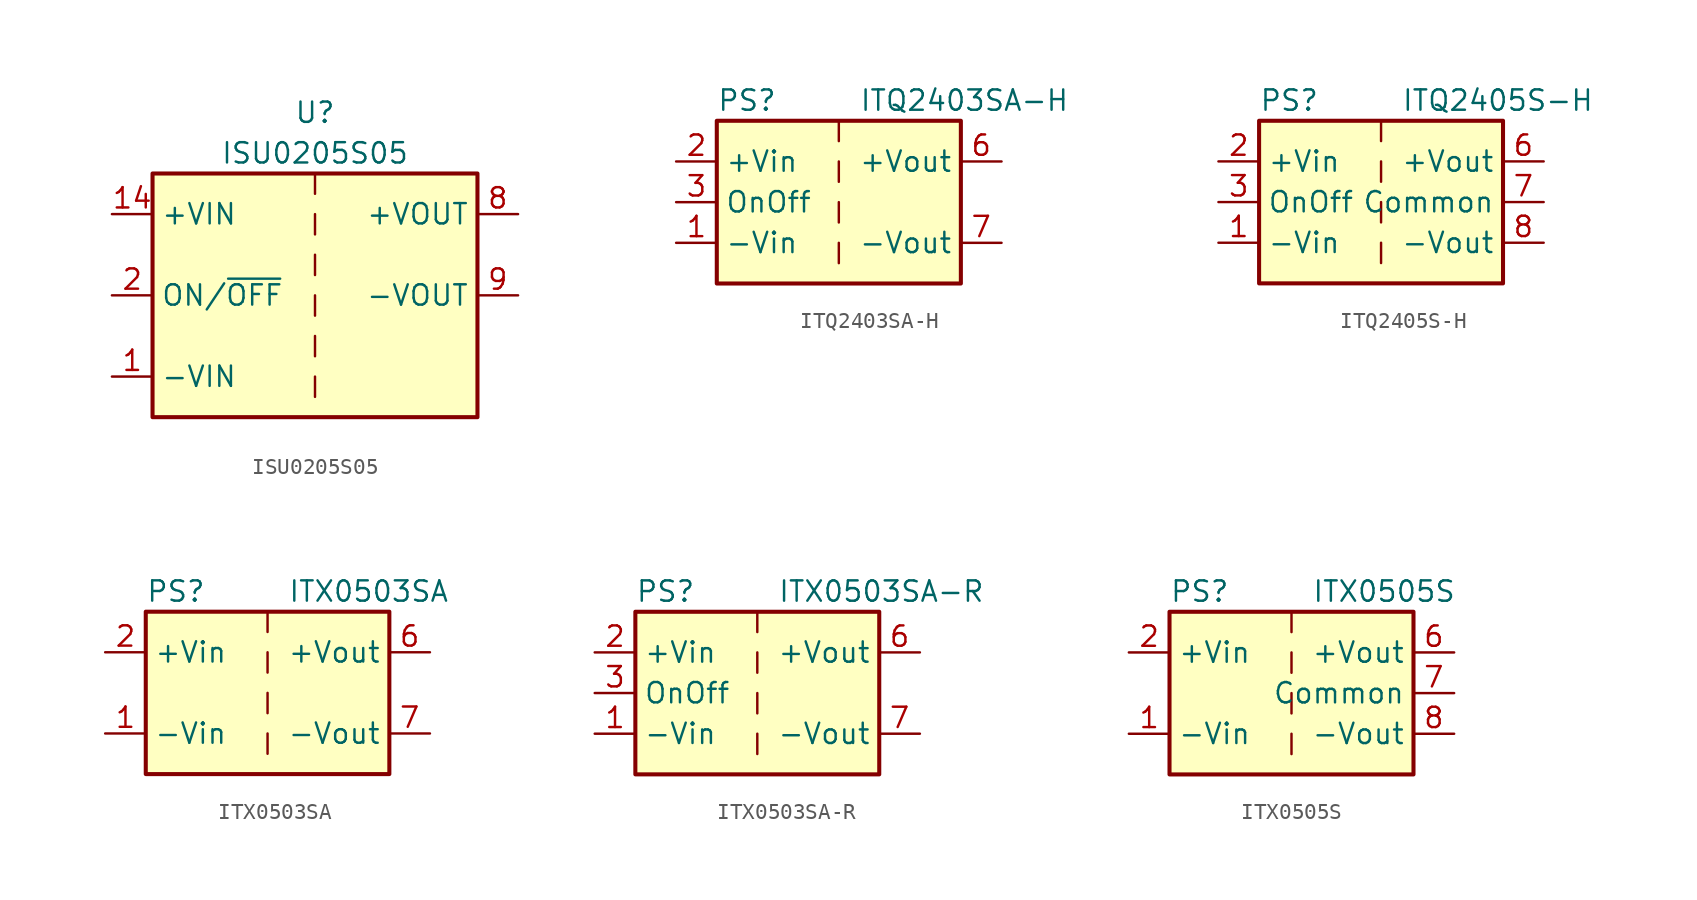
<source format=kicad_sym>
(kicad_symbol_lib
  (version 20201005)
  (generator kicad_symbol_editor)
  (symbol "Converter_DCDC:ISU0205S05"
    (property "Reference" "U"
      (at 0 11.43 0)
      (effects (font (size 1.27 1.27))))
    (property "Value" "ISU0205S05"
      (at 0 8.89 0)
      (effects (font (size 1.27 1.27))))
    (symbol "ISU0205S05_0_1"
      (rectangle (start -10.16 7.62) (end 10.16 -7.62) (stroke (width 0.254)) (fill (type background)))
      (polyline (pts (xy 0 -5.08) (xy 0 -6.35)) (stroke (width 0)) (fill (type none)))
      (polyline (pts (xy 0 -2.54) (xy 0 -3.81)) (stroke (width 0)) (fill (type none)))
      (polyline (pts (xy 0 0) (xy 0 -1.27)) (stroke (width 0)) (fill (type none)))
      (polyline (pts (xy 0 2.54) (xy 0 1.27)) (stroke (width 0)) (fill (type none)))
      (polyline (pts (xy 0 5.08) (xy 0 3.81)) (stroke (width 0)) (fill (type none)))
      (polyline (pts (xy 0 7.62) (xy 0 6.35)) (stroke (width 0)) (fill (type none))))
    (symbol "ISU0205S05_1_1"
      (pin power_in line (at -12.7 -5.08 0) (length 2.54) (name "-VIN" (effects (font (size 1.27 1.27)))) (number "1" (effects (font (size 1.27 1.27)))))
      (pin power_in line (at -12.7 5.08 0) (length 2.54) (name "+VIN" (effects (font (size 1.27 1.27)))) (number "14" (effects (font (size 1.27 1.27)))))
      (pin input line (at -12.7 0 0) (length 2.54) (name "ON/~OFF" (effects (font (size 1.27 1.27)))) (number "2" (effects (font (size 1.27 1.27)))))
      (pin no_connect line (at 10.16 -2.54 180) (length 2.54) hide (name "NC" (effects (font (size 1.27 1.27)))) (number "6" (effects (font (size 1.27 1.27)))))
      (pin no_connect line (at 10.16 -5.08 180) (length 2.54) hide (name "NC" (effects (font (size 1.27 1.27)))) (number "7" (effects (font (size 1.27 1.27)))))
      (pin power_out line (at 12.7 5.08 180) (length 2.54) (name "+VOUT" (effects (font (size 1.27 1.27)))) (number "8" (effects (font (size 1.27 1.27)))))
      (pin power_out line (at 12.7 0 180) (length 2.54) (name "-VOUT" (effects (font (size 1.27 1.27)))) (number "9" (effects (font (size 1.27 1.27)))))))
  (symbol "Converter_DCDC:ITQ2403SA-H"
    (property "Reference" "PS"
      (at -7.62 6.35 0)
      (effects (font (size 1.27 1.27)) (justify left)))
    (property "Value" "ITQ2403SA-H"
      (at 1.27 6.35 0)
      (effects (font (size 1.27 1.27)) (justify left)))
    (symbol "ITQ2403SA-H_0_0"
      (pin power_in line (at -10.16 -2.54 0) (length 2.54) (name "-Vin" (effects (font (size 1.27 1.27)))) (number "1" (effects (font (size 1.27 1.27)))))
      (pin power_in line (at -10.16 2.54 0) (length 2.54) (name "+Vin" (effects (font (size 1.27 1.27)))) (number "2" (effects (font (size 1.27 1.27)))))
      (pin input line (at -10.16 0 0) (length 2.54) (name "OnOff" (effects (font (size 1.27 1.27)))) (number "3" (effects (font (size 1.27 1.27)))))
      (pin power_out line (at 10.16 2.54 180) (length 2.54) (name "+Vout" (effects (font (size 1.27 1.27)))) (number "6" (effects (font (size 1.27 1.27)))))
      (pin power_out line (at 10.16 -2.54 180) (length 2.54) (name "-Vout" (effects (font (size 1.27 1.27)))) (number "7" (effects (font (size 1.27 1.27)))))
      (pin no_connect line (at 7.62 0 180) (length 2.54) hide (name "NC" (effects (font (size 1.27 1.27)))) (number "8" (effects (font (size 1.27 1.27))))))
    (symbol "ITQ2403SA-H_0_1"
      (rectangle (start -7.62 5.08) (end 7.62 -5.08) (stroke (width 0.254)) (fill (type background)))
      (polyline (pts (xy 0 -2.54) (xy 0 -3.81)) (stroke (width 0)) (fill (type none)))
      (polyline (pts (xy 0 0) (xy 0 -1.27)) (stroke (width 0)) (fill (type none)))
      (polyline (pts (xy 0 2.54) (xy 0 1.27)) (stroke (width 0)) (fill (type none)))
      (polyline (pts (xy 0 5.08) (xy 0 3.81)) (stroke (width 0)) (fill (type none)))))
  (symbol "Converter_DCDC:ITQ2405S-H"
    (property "Reference" "PS"
      (at -7.62 6.35 0)
      (effects (font (size 1.27 1.27)) (justify left)))
    (property "Value" "ITQ2405S-H"
      (at 1.27 6.35 0)
      (effects (font (size 1.27 1.27)) (justify left)))
    (symbol "ITQ2405S-H_0_0"
      (pin power_in line (at -10.16 -2.54 0) (length 2.54) (name "-Vin" (effects (font (size 1.27 1.27)))) (number "1" (effects (font (size 1.27 1.27)))))
      (pin power_in line (at -10.16 2.54 0) (length 2.54) (name "+Vin" (effects (font (size 1.27 1.27)))) (number "2" (effects (font (size 1.27 1.27)))))
      (pin input line (at -10.16 0 0) (length 2.54) (name "OnOff" (effects (font (size 1.27 1.27)))) (number "3" (effects (font (size 1.27 1.27)))))
      (pin power_out line (at 10.16 2.54 180) (length 2.54) (name "+Vout" (effects (font (size 1.27 1.27)))) (number "6" (effects (font (size 1.27 1.27)))))
      (pin power_out line (at 10.16 0 180) (length 2.54) (name "Common" (effects (font (size 1.27 1.27)))) (number "7" (effects (font (size 1.27 1.27)))))
      (pin power_out line (at 10.16 -2.54 180) (length 2.54) (name "-Vout" (effects (font (size 1.27 1.27)))) (number "8" (effects (font (size 1.27 1.27))))))
    (symbol "ITQ2405S-H_0_1"
      (rectangle (start -7.62 5.08) (end 7.62 -5.08) (stroke (width 0.254)) (fill (type background)))
      (polyline (pts (xy 0 -2.54) (xy 0 -3.81)) (stroke (width 0)) (fill (type none)))
      (polyline (pts (xy 0 0) (xy 0 -1.27)) (stroke (width 0)) (fill (type none)))
      (polyline (pts (xy 0 2.54) (xy 0 1.27)) (stroke (width 0)) (fill (type none)))
      (polyline (pts (xy 0 5.08) (xy 0 3.81)) (stroke (width 0)) (fill (type none)))))
  (symbol "Converter_DCDC:ITX0503SA"
    (property "Reference" "PS"
      (at -7.62 6.35 0)
      (effects (font (size 1.27 1.27)) (justify left)))
    (property "Value" "ITX0503SA"
      (at 1.27 6.35 0)
      (effects (font (size 1.27 1.27)) (justify left)))
    (symbol "ITX0503SA_0_0"
      (pin power_in line (at -10.16 -2.54 0) (length 2.54) (name "-Vin" (effects (font (size 1.27 1.27)))) (number "1" (effects (font (size 1.27 1.27)))))
      (pin power_in line (at -10.16 2.54 0) (length 2.54) (name "+Vin" (effects (font (size 1.27 1.27)))) (number "2" (effects (font (size 1.27 1.27)))))
      (pin power_out line (at 10.16 2.54 180) (length 2.54) (name "+Vout" (effects (font (size 1.27 1.27)))) (number "6" (effects (font (size 1.27 1.27)))))
      (pin power_out line (at 10.16 -2.54 180) (length 2.54) (name "-Vout" (effects (font (size 1.27 1.27)))) (number "7" (effects (font (size 1.27 1.27)))))
      (pin no_connect line (at 7.62 0 180) (length 2.54) hide (name "NC" (effects (font (size 1.27 1.27)))) (number "8" (effects (font (size 1.27 1.27))))))
    (symbol "ITX0503SA_0_1"
      (rectangle (start -7.62 5.08) (end 7.62 -5.08) (stroke (width 0.254)) (fill (type background)))
      (polyline (pts (xy 0 -2.54) (xy 0 -3.81)) (stroke (width 0)) (fill (type none)))
      (polyline (pts (xy 0 0) (xy 0 -1.27)) (stroke (width 0)) (fill (type none)))
      (polyline (pts (xy 0 2.54) (xy 0 1.27)) (stroke (width 0)) (fill (type none)))
      (polyline (pts (xy 0 5.08) (xy 0 3.81)) (stroke (width 0)) (fill (type none)))))
  (symbol "Converter_DCDC:ITX0503SA-R"
    (property "Reference" "PS"
      (at -7.62 6.35 0)
      (effects (font (size 1.27 1.27)) (justify left)))
    (property "Value" "ITX0503SA-R"
      (at 1.27 6.35 0)
      (effects (font (size 1.27 1.27)) (justify left)))
    (symbol "ITX0503SA-R_0_0"
      (pin power_in line (at -10.16 -2.54 0) (length 2.54) (name "-Vin" (effects (font (size 1.27 1.27)))) (number "1" (effects (font (size 1.27 1.27)))))
      (pin power_in line (at -10.16 2.54 0) (length 2.54) (name "+Vin" (effects (font (size 1.27 1.27)))) (number "2" (effects (font (size 1.27 1.27)))))
      (pin input line (at -10.16 0 0) (length 2.54) (name "OnOff" (effects (font (size 1.27 1.27)))) (number "3" (effects (font (size 1.27 1.27)))))
      (pin no_connect line (at 0 5.08 270) (length 2.54) hide (name "NC" (effects (font (size 1.27 1.27)))) (number "5" (effects (font (size 1.27 1.27)))))
      (pin power_out line (at 10.16 2.54 180) (length 2.54) (name "+Vout" (effects (font (size 1.27 1.27)))) (number "6" (effects (font (size 1.27 1.27)))))
      (pin power_out line (at 10.16 -2.54 180) (length 2.54) (name "-Vout" (effects (font (size 1.27 1.27)))) (number "7" (effects (font (size 1.27 1.27)))))
      (pin no_connect line (at 7.62 0 180) (length 2.54) hide (name "NC" (effects (font (size 1.27 1.27)))) (number "8" (effects (font (size 1.27 1.27))))))
    (symbol "ITX0503SA-R_0_1"
      (rectangle (start -7.62 5.08) (end 7.62 -5.08) (stroke (width 0.254)) (fill (type background)))
      (polyline (pts (xy 0 -2.54) (xy 0 -3.81)) (stroke (width 0)) (fill (type none)))
      (polyline (pts (xy 0 0) (xy 0 -1.27)) (stroke (width 0)) (fill (type none)))
      (polyline (pts (xy 0 2.54) (xy 0 1.27)) (stroke (width 0)) (fill (type none)))
      (polyline (pts (xy 0 5.08) (xy 0 3.81)) (stroke (width 0)) (fill (type none)))))
  (symbol "Converter_DCDC:ITX0505S"
    (property "Reference" "PS"
      (at -7.62 6.35 0)
      (effects (font (size 1.27 1.27)) (justify left)))
    (property "Value" "ITX0505S"
      (at 1.27 6.35 0)
      (effects (font (size 1.27 1.27)) (justify left)))
    (symbol "ITX0505S_0_0"
      (pin power_in line (at -10.16 -2.54 0) (length 2.54) (name "-Vin" (effects (font (size 1.27 1.27)))) (number "1" (effects (font (size 1.27 1.27)))))
      (pin power_in line (at -10.16 2.54 0) (length 2.54) (name "+Vin" (effects (font (size 1.27 1.27)))) (number "2" (effects (font (size 1.27 1.27)))))
      (pin no_connect line (at 0 -5.08 90) (length 2.54) hide (name "NC" (effects (font (size 1.27 1.27)))) (number "3" (effects (font (size 1.27 1.27)))))
      (pin no_connect line (at 0 5.08 270) (length 2.54) hide (name "NC" (effects (font (size 1.27 1.27)))) (number "5" (effects (font (size 1.27 1.27)))))
      (pin power_out line (at 10.16 2.54 180) (length 2.54) (name "+Vout" (effects (font (size 1.27 1.27)))) (number "6" (effects (font (size 1.27 1.27)))))
      (pin power_out line (at 10.16 0 180) (length 2.54) (name "Common" (effects (font (size 1.27 1.27)))) (number "7" (effects (font (size 1.27 1.27)))))
      (pin power_out line (at 10.16 -2.54 180) (length 2.54) (name "-Vout" (effects (font (size 1.27 1.27)))) (number "8" (effects (font (size 1.27 1.27))))))
    (symbol "ITX0505S_0_1"
      (rectangle (start -7.62 5.08) (end 7.62 -5.08) (stroke (width 0.254)) (fill (type background)))
      (polyline (pts (xy 0 -2.54) (xy 0 -3.81)) (stroke (width 0)) (fill (type none)))
      (polyline (pts (xy 0 0) (xy 0 -1.27)) (stroke (width 0)) (fill (type none)))
      (polyline (pts (xy 0 2.54) (xy 0 1.27)) (stroke (width 0)) (fill (type none)))
      (polyline (pts (xy 0 5.08) (xy 0 3.81)) (stroke (width 0)) (fill (type none))))))
</source>
